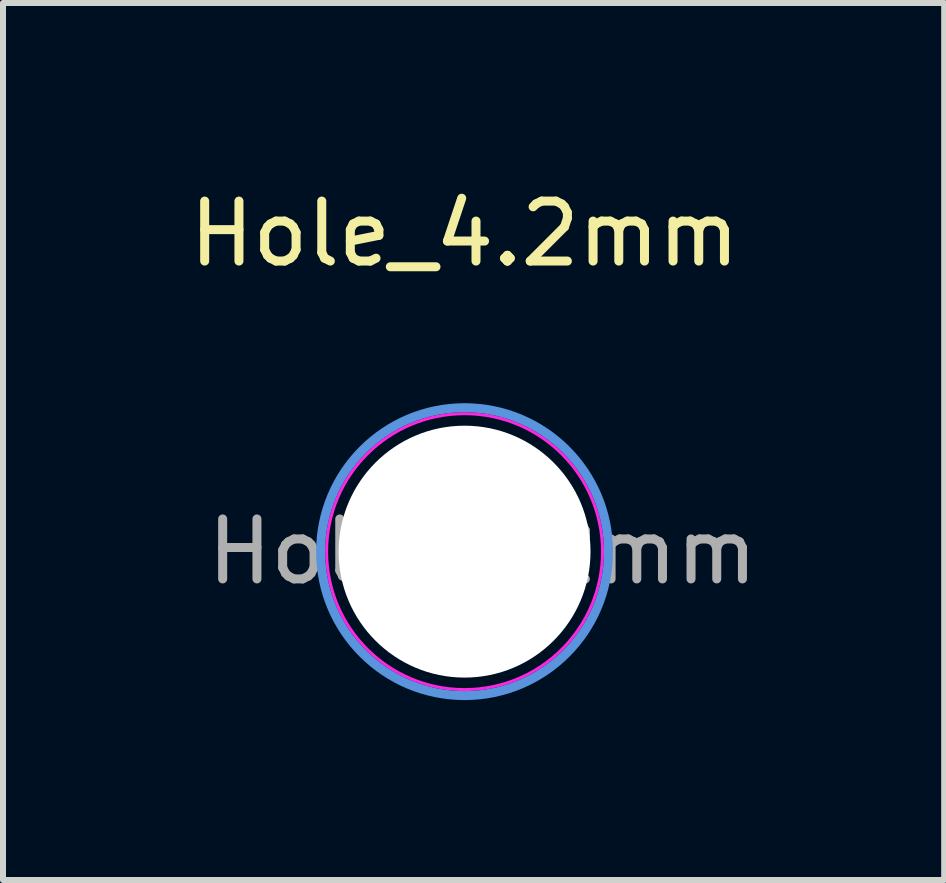
<source format=kicad_pcb>
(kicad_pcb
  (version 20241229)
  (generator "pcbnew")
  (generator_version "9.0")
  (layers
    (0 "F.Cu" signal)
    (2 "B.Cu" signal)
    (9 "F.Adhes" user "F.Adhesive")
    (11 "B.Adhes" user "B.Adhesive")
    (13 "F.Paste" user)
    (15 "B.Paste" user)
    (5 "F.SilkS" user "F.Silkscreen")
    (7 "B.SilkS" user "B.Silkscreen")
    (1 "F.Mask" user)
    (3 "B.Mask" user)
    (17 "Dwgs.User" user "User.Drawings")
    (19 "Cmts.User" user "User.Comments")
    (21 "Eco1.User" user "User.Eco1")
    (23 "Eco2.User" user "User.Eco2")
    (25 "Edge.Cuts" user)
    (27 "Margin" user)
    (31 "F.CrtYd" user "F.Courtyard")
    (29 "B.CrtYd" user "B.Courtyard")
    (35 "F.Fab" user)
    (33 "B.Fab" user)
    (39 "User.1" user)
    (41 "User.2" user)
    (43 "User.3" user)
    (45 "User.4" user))
  (footprint "Hole_4.2mm"
    (layer "F.Cu")
    (at 4.696 6.148)
    (property "Reference" "Hole_4.2mm" (at 0 -5.3 0) (layer "F.SilkS") (effects (font (size 1 1) (thickness 0.15))))
    (attr exclude_from_pos_files exclude_from_bom)
    (fp_circle (center 0 0) (end 2.4 0) (stroke (width 0.15) (type solid)) (fill no) (layer "Cmts.User"))
    (fp_circle (center 0 0) (end 2.3 0) (stroke (width 0.05) (type solid)) (fill no) (layer "F.CrtYd"))
    (fp_text user "${REFERENCE}" (at 0.3 0 0) (layer "F.Fab") (effects (font (size 1 1) (thickness 0.15))))
    (pad "" np_thru_hole circle (at 0 0) (size 4.2 4.2) (drill 4.2) (layers "*.Cu" "*.Mask")))
  (gr_rect
    (start -3 -3)
    (end 12.693 11.623)
    (stroke (width 0.1) (type default))
    (fill no)
    (layer "Edge.Cuts")))
</source>
